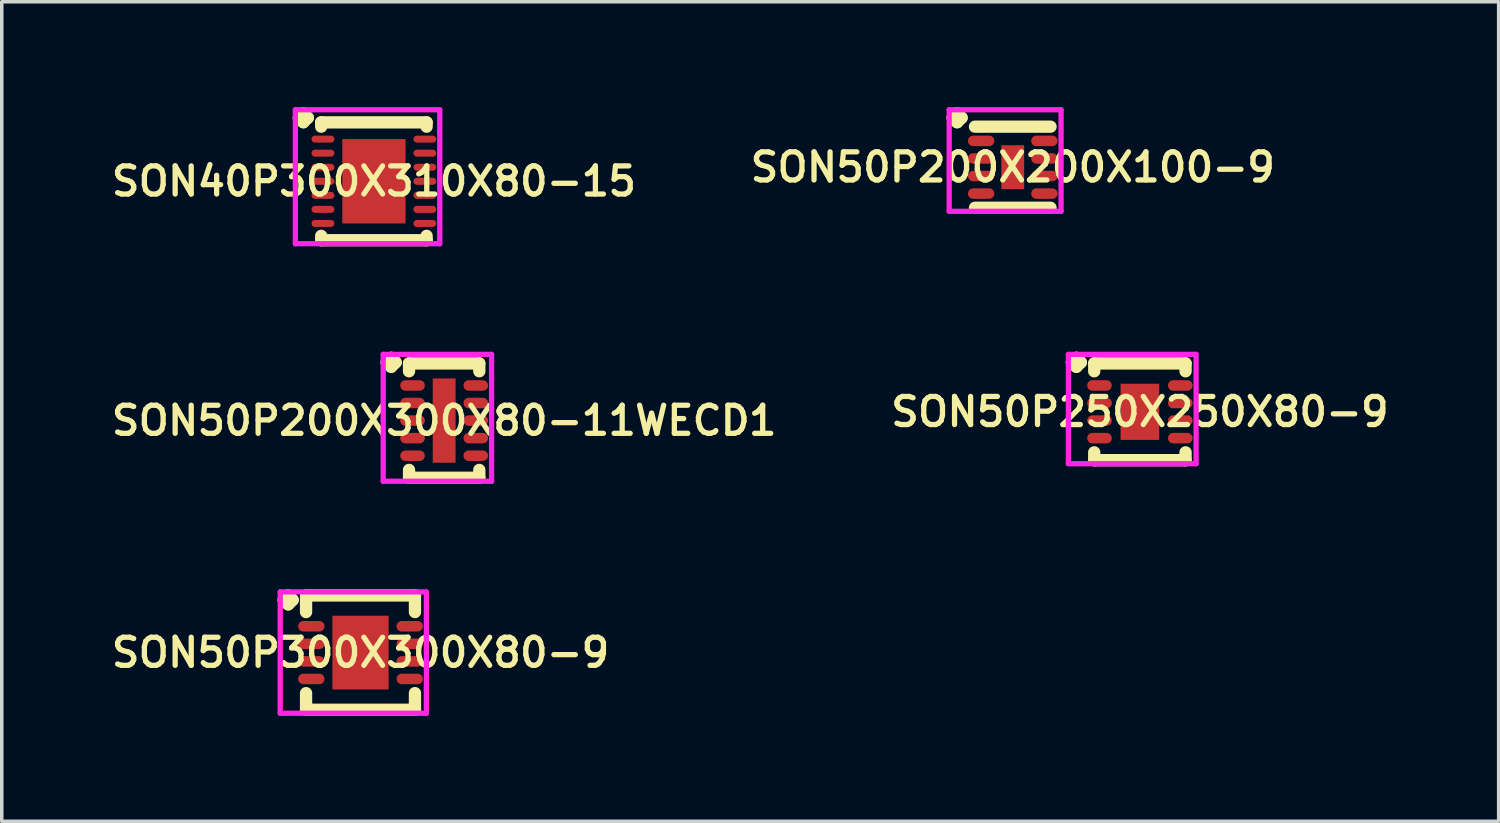
<source format=kicad_pcb>
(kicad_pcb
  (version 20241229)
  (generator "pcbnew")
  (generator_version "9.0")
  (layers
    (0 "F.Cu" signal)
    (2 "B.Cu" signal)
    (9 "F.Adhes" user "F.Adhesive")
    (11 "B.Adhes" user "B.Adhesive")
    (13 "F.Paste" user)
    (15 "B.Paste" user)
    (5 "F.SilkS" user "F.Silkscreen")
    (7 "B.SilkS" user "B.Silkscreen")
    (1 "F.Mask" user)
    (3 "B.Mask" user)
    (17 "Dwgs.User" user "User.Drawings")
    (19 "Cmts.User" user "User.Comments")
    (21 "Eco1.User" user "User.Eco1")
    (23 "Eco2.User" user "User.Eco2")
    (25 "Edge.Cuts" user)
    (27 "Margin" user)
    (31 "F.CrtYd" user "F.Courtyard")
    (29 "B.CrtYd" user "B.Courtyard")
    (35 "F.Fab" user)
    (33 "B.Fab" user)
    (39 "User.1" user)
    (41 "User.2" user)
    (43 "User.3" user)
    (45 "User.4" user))
  (footprint "SON50P300X300X80-9"
    (layer "F.Cu")
    (at 7.212 15.526)
    (property "Reference" "SON50P300X300X80-9" (at 0 0 0) (layer "F.SilkS") (effects (font (size 0.8 0.8) (thickness 0.15))))
    (attr through_hole)
    (fp_line (start -2.185 -1.5) (end -2.058 -1.627) (stroke (width 0.35) (type solid)) (layer "F.SilkS"))
    (fp_line (start -2.058 -1.627) (end -1.931 -1.5) (stroke (width 0.35) (type solid)) (layer "F.SilkS"))
    (fp_line (start -2.058 -1.373) (end -2.185 -1.5) (stroke (width 0.35) (type solid)) (layer "F.SilkS"))
    (fp_line (start -1.931 -1.5) (end -2.058 -1.373) (stroke (width 0.35) (type solid)) (layer "F.SilkS"))
    (fp_line (start -1.55 -1.627) (end 1.55 -1.627) (stroke (width 0.35) (type solid)) (layer "F.SilkS"))
    (fp_line (start -1.55 -1.154) (end -1.55 -1.627) (stroke (width 0.35) (type solid)) (layer "F.SilkS"))
    (fp_line (start -1.55 1.154) (end -1.55 1.627) (stroke (width 0.35) (type solid)) (layer "F.SilkS"))
    (fp_line (start -1.55 1.627) (end 1.55 1.627) (stroke (width 0.35) (type solid)) (layer "F.SilkS"))
    (fp_line (start 1.55 -1.627) (end 1.55 -1.154) (stroke (width 0.35) (type solid)) (layer "F.SilkS"))
    (fp_line (start 1.55 1.627) (end 1.55 1.154) (stroke (width 0.35) (type solid)) (layer "F.SilkS"))
    (fp_line (start -2.285 -1.727) (end 1.875 -1.727) (stroke (width 0.15) (type solid)) (layer "F.CrtYd"))
    (fp_line (start -2.285 1.727) (end -2.285 -1.727) (stroke (width 0.15) (type solid)) (layer "F.CrtYd"))
    (fp_line (start 1.875 -1.727) (end 1.875 1.727) (stroke (width 0.15) (type solid)) (layer "F.CrtYd"))
    (fp_line (start 1.875 1.727) (end -2.285 1.727) (stroke (width 0.15) (type solid)) (layer "F.CrtYd"))
    (pad "1" smd oval (at -1.4 -0.75) (size 0.75 0.3) (layers "F.Cu" "F.Mask" "F.Paste"))
    (pad "2" smd oval (at -1.4 -0.25) (size 0.75 0.3) (layers "F.Cu" "F.Mask" "F.Paste"))
    (pad "3" smd oval (at -1.4 0.25) (size 0.75 0.3) (layers "F.Cu" "F.Mask" "F.Paste"))
    (pad "4" smd oval (at -1.4 0.75) (size 0.75 0.3) (layers "F.Cu" "F.Mask" "F.Paste"))
    (pad "5" smd oval (at 1.4 0.75) (size 0.75 0.3) (layers "F.Cu" "F.Mask" "F.Paste"))
    (pad "6" smd oval (at 1.4 0.25) (size 0.75 0.3) (layers "F.Cu" "F.Mask" "F.Paste"))
    (pad "7" smd oval (at 1.4 -0.25) (size 0.75 0.3) (layers "F.Cu" "F.Mask" "F.Paste"))
    (pad "8" smd oval (at 1.4 -0.75) (size 0.75 0.3) (layers "F.Cu" "F.Mask" "F.Paste"))
    (pad "9" smd rect (at 0 0) (size 1.6 2.1) (layers "F.Cu" "F.Mask" "F.Paste")))
  (footprint "SON40P300X310X80-15"
    (layer "F.Cu")
    (at 7.593 2.11)
    (property "Reference" "SON40P300X310X80-15" (at 0 0 0) (layer "F.SilkS") (effects (font (size 0.8 0.8) (thickness 0.15))))
    (attr smd)
    (fp_line (start -2.135 -1.808) (end -2.008 -1.935) (stroke (width 0.35) (type solid)) (layer "F.SilkS"))
    (fp_line (start -2.008 -1.935) (end -1.881 -1.808) (stroke (width 0.35) (type solid)) (layer "F.SilkS"))
    (fp_line (start -2.008 -1.681) (end -2.135 -1.808) (stroke (width 0.35) (type solid)) (layer "F.SilkS"))
    (fp_line (start -1.881 -1.808) (end -2.008 -1.681) (stroke (width 0.35) (type solid)) (layer "F.SilkS"))
    (fp_line (start -1.5 -1.677) (end 1.5 -1.677) (stroke (width 0.35) (type solid)) (layer "F.SilkS"))
    (fp_line (start -1.5 -1.554) (end -1.5 -1.677) (stroke (width 0.35) (type solid)) (layer "F.SilkS"))
    (fp_line (start -1.5 1.554) (end -1.5 1.677) (stroke (width 0.35) (type solid)) (layer "F.SilkS"))
    (fp_line (start -1.5 1.677) (end 1.5 1.677) (stroke (width 0.35) (type solid)) (layer "F.SilkS"))
    (fp_line (start 1.5 -1.677) (end 1.5 -1.554) (stroke (width 0.35) (type solid)) (layer "F.SilkS"))
    (fp_line (start 1.5 1.677) (end 1.5 1.554) (stroke (width 0.35) (type solid)) (layer "F.SilkS"))
    (fp_line (start -2.235 -2.035) (end 1.875 -2.035) (stroke (width 0.15) (type solid)) (layer "F.CrtYd"))
    (fp_line (start -2.235 1.777) (end -2.235 -2.035) (stroke (width 0.15) (type solid)) (layer "F.CrtYd"))
    (fp_line (start 1.875 -2.035) (end 1.875 1.777) (stroke (width 0.15) (type solid)) (layer "F.CrtYd"))
    (fp_line (start 1.875 1.777) (end -2.235 1.777) (stroke (width 0.15) (type solid)) (layer "F.CrtYd"))
    (pad "1" smd oval (at -1.45 -1.2) (size 0.65 0.2) (layers "F.Cu" "F.Mask" "F.Paste"))
    (pad "2" smd oval (at -1.45 -0.8) (size 0.65 0.2) (layers "F.Cu" "F.Mask" "F.Paste"))
    (pad "3" smd oval (at -1.45 -0.4) (size 0.65 0.2) (layers "F.Cu" "F.Mask" "F.Paste"))
    (pad "4" smd oval (at -1.45 0) (size 0.65 0.2) (layers "F.Cu" "F.Mask" "F.Paste"))
    (pad "5" smd oval (at -1.45 0.4) (size 0.65 0.2) (layers "F.Cu" "F.Mask" "F.Paste"))
    (pad "6" smd oval (at -1.45 0.8) (size 0.65 0.2) (layers "F.Cu" "F.Mask" "F.Paste"))
    (pad "7" smd oval (at -1.45 1.2) (size 0.65 0.2) (layers "F.Cu" "F.Mask" "F.Paste"))
    (pad "8" smd oval (at 1.45 1.2) (size 0.65 0.2) (layers "F.Cu" "F.Mask" "F.Paste"))
    (pad "9" smd oval (at 1.45 0.8) (size 0.65 0.2) (layers "F.Cu" "F.Mask" "F.Paste"))
    (pad "10" smd oval (at 1.45 0.4) (size 0.65 0.2) (layers "F.Cu" "F.Mask" "F.Paste"))
    (pad "11" smd oval (at 1.45 0) (size 0.65 0.2) (layers "F.Cu" "F.Mask" "F.Paste"))
    (pad "12" smd oval (at 1.45 -0.4) (size 0.65 0.2) (layers "F.Cu" "F.Mask" "F.Paste"))
    (pad "13" smd oval (at 1.45 -0.8) (size 0.65 0.2) (layers "F.Cu" "F.Mask" "F.Paste"))
    (pad "14" smd oval (at 1.45 -1.2) (size 0.65 0.2) (layers "F.Cu" "F.Mask" "F.Paste"))
    (pad "15" smd rect (at 0 0) (size 1.8 2.4) (layers "F.Cu" "F.Mask" "F.Paste")))
  (footprint "SON50P250X250X80-9"
    (layer "F.Cu")
    (at 29.397 8.672)
    (property "Reference" "SON50P250X250X80-9" (at 0 0 0) (layer "F.SilkS") (effects (font (size 0.8 0.8) (thickness 0.15))))
    (attr smd)
    (fp_line (start -1.935 -1.408) (end -1.808 -1.535) (stroke (width 0.35) (type solid)) (layer "F.SilkS"))
    (fp_line (start -1.808 -1.535) (end -1.681 -1.408) (stroke (width 0.35) (type solid)) (layer "F.SilkS"))
    (fp_line (start -1.808 -1.281) (end -1.935 -1.408) (stroke (width 0.35) (type solid)) (layer "F.SilkS"))
    (fp_line (start -1.681 -1.408) (end -1.808 -1.281) (stroke (width 0.35) (type solid)) (layer "F.SilkS"))
    (fp_line (start -1.3 -1.377) (end 1.3 -1.377) (stroke (width 0.35) (type solid)) (layer "F.SilkS"))
    (fp_line (start -1.3 -1.154) (end -1.3 -1.377) (stroke (width 0.35) (type solid)) (layer "F.SilkS"))
    (fp_line (start -1.3 1.154) (end -1.3 1.377) (stroke (width 0.35) (type solid)) (layer "F.SilkS"))
    (fp_line (start -1.3 1.377) (end 1.3 1.377) (stroke (width 0.35) (type solid)) (layer "F.SilkS"))
    (fp_line (start 1.3 -1.377) (end 1.3 -1.154) (stroke (width 0.35) (type solid)) (layer "F.SilkS"))
    (fp_line (start 1.3 1.377) (end 1.3 1.154) (stroke (width 0.35) (type solid)) (layer "F.SilkS"))
    (fp_line (start -2.035 -1.635) (end 1.6 -1.635) (stroke (width 0.15) (type solid)) (layer "F.CrtYd"))
    (fp_line (start -2.035 1.477) (end -2.035 -1.635) (stroke (width 0.15) (type solid)) (layer "F.CrtYd"))
    (fp_line (start 1.6 -1.635) (end 1.6 1.477) (stroke (width 0.15) (type solid)) (layer "F.CrtYd"))
    (fp_line (start 1.6 1.477) (end -2.035 1.477) (stroke (width 0.15) (type solid)) (layer "F.CrtYd"))
    (pad "1" smd oval (at -1.15 -0.75) (size 0.7 0.3) (layers "F.Cu" "F.Mask" "F.Paste"))
    (pad "2" smd oval (at -1.15 -0.25) (size 0.7 0.3) (layers "F.Cu" "F.Mask" "F.Paste"))
    (pad "3" smd oval (at -1.15 0.25) (size 0.7 0.3) (layers "F.Cu" "F.Mask" "F.Paste"))
    (pad "4" smd oval (at -1.15 0.75) (size 0.7 0.3) (layers "F.Cu" "F.Mask" "F.Paste"))
    (pad "5" smd oval (at 1.15 0.75) (size 0.7 0.3) (layers "F.Cu" "F.Mask" "F.Paste"))
    (pad "6" smd oval (at 1.15 0.25) (size 0.7 0.3) (layers "F.Cu" "F.Mask" "F.Paste"))
    (pad "7" smd oval (at 1.15 -0.25) (size 0.7 0.3) (layers "F.Cu" "F.Mask" "F.Paste"))
    (pad "8" smd oval (at 1.15 -0.75) (size 0.7 0.3) (layers "F.Cu" "F.Mask" "F.Paste"))
    (pad "9" smd rect (at 0 0) (size 1.1 1.6) (layers "F.Cu" "F.Mask" "F.Paste")))
  (footprint "SON50P200X300X80-11WECD1"
    (layer "F.Cu")
    (at 9.593 8.922)
    (property "Reference" "SON50P200X300X80-11WECD1" (at 0 0 0) (layer "F.SilkS") (effects (font (size 0.8 0.8) (thickness 0.15))))
    (attr smd)
    (fp_line (start -1.635 -1.658) (end -1.508 -1.785) (stroke (width 0.35) (type solid)) (layer "F.SilkS"))
    (fp_line (start -1.508 -1.785) (end -1.381 -1.658) (stroke (width 0.35) (type solid)) (layer "F.SilkS"))
    (fp_line (start -1.508 -1.531) (end -1.635 -1.658) (stroke (width 0.35) (type solid)) (layer "F.SilkS"))
    (fp_line (start -1.381 -1.658) (end -1.508 -1.531) (stroke (width 0.35) (type solid)) (layer "F.SilkS"))
    (fp_line (start -1 -1.627) (end 1 -1.627) (stroke (width 0.35) (type solid)) (layer "F.SilkS"))
    (fp_line (start -1 -1.404) (end -1 -1.627) (stroke (width 0.35) (type solid)) (layer "F.SilkS"))
    (fp_line (start -1 1.404) (end -1 1.627) (stroke (width 0.35) (type solid)) (layer "F.SilkS"))
    (fp_line (start -1 1.627) (end 1 1.627) (stroke (width 0.35) (type solid)) (layer "F.SilkS"))
    (fp_line (start 1 -1.627) (end 1 -1.404) (stroke (width 0.35) (type solid)) (layer "F.SilkS"))
    (fp_line (start 1 1.627) (end 1 1.404) (stroke (width 0.35) (type solid)) (layer "F.SilkS"))
    (fp_line (start -1.735 -1.885) (end 1.35 -1.885) (stroke (width 0.15) (type solid)) (layer "F.CrtYd"))
    (fp_line (start -1.735 1.727) (end -1.735 -1.885) (stroke (width 0.15) (type solid)) (layer "F.CrtYd"))
    (fp_line (start 1.35 -1.885) (end 1.35 1.727) (stroke (width 0.15) (type solid)) (layer "F.CrtYd"))
    (fp_line (start 1.35 1.727) (end -1.735 1.727) (stroke (width 0.15) (type solid)) (layer "F.CrtYd"))
    (pad "1" smd oval (at -0.9 -1) (size 0.7 0.3) (layers "F.Cu" "F.Mask" "F.Paste"))
    (pad "2" smd oval (at -0.9 -0.5) (size 0.7 0.3) (layers "F.Cu" "F.Mask" "F.Paste"))
    (pad "3" smd oval (at -0.9 0) (size 0.7 0.3) (layers "F.Cu" "F.Mask" "F.Paste"))
    (pad "4" smd oval (at -0.9 0.5) (size 0.7 0.3) (layers "F.Cu" "F.Mask" "F.Paste"))
    (pad "5" smd oval (at -0.9 1) (size 0.7 0.3) (layers "F.Cu" "F.Mask" "F.Paste"))
    (pad "6" smd oval (at 0.9 1) (size 0.7 0.3) (layers "F.Cu" "F.Mask" "F.Paste"))
    (pad "7" smd oval (at 0.9 0.5) (size 0.7 0.3) (layers "F.Cu" "F.Mask" "F.Paste"))
    (pad "8" smd oval (at 0.9 0) (size 0.7 0.3) (layers "F.Cu" "F.Mask" "F.Paste"))
    (pad "9" smd oval (at 0.9 -0.5) (size 0.7 0.3) (layers "F.Cu" "F.Mask" "F.Paste"))
    (pad "10" smd oval (at 0.9 -1) (size 0.7 0.3) (layers "F.Cu" "F.Mask" "F.Paste"))
    (pad "11" smd rect (at 0 0) (size 0.65 2.4) (layers "F.Cu" "F.Mask" "F.Paste")))
  (footprint "SON50P200X200X100-9"
    (layer "F.Cu")
    (at 25.778 1.71)
    (property "Reference" "SON50P200X200X100-9" (at 0 0 0) (layer "F.SilkS") (effects (font (size 0.8 0.8) (thickness 0.15))))
    (attr smd)
    (fp_line (start -1.71 -1.408) (end -1.583 -1.535) (stroke (width 0.35) (type solid)) (layer "F.SilkS"))
    (fp_line (start -1.583 -1.535) (end -1.456 -1.408) (stroke (width 0.35) (type solid)) (layer "F.SilkS"))
    (fp_line (start -1.583 -1.281) (end -1.71 -1.408) (stroke (width 0.35) (type solid)) (layer "F.SilkS"))
    (fp_line (start -1.456 -1.408) (end -1.583 -1.281) (stroke (width 0.35) (type solid)) (layer "F.SilkS"))
    (fp_line (start -1.075 -1.154) (end 1.075 -1.154) (stroke (width 0.35) (type solid)) (layer "F.SilkS"))
    (fp_line (start -1.075 1.154) (end 1.075 1.154) (stroke (width 0.35) (type solid)) (layer "F.SilkS"))
    (fp_line (start -1.81 -1.635) (end 1.375 -1.635) (stroke (width 0.15) (type solid)) (layer "F.CrtYd"))
    (fp_line (start -1.81 1.254) (end -1.81 -1.635) (stroke (width 0.15) (type solid)) (layer "F.CrtYd"))
    (fp_line (start 1.375 -1.635) (end 1.375 1.254) (stroke (width 0.15) (type solid)) (layer "F.CrtYd"))
    (fp_line (start 1.375 1.254) (end -1.81 1.254) (stroke (width 0.15) (type solid)) (layer "F.CrtYd"))
    (pad "1" smd oval (at -0.9 -0.75) (size 0.75 0.3) (layers "F.Cu" "F.Mask" "F.Paste"))
    (pad "2" smd oval (at -0.9 -0.25) (size 0.75 0.3) (layers "F.Cu" "F.Mask" "F.Paste"))
    (pad "3" smd oval (at -0.9 0.25) (size 0.75 0.3) (layers "F.Cu" "F.Mask" "F.Paste"))
    (pad "4" smd oval (at -0.9 0.75) (size 0.75 0.3) (layers "F.Cu" "F.Mask" "F.Paste"))
    (pad "5" smd oval (at 0.9 0.75) (size 0.75 0.3) (layers "F.Cu" "F.Mask" "F.Paste"))
    (pad "6" smd oval (at 0.9 0.25) (size 0.75 0.3) (layers "F.Cu" "F.Mask" "F.Paste"))
    (pad "7" smd oval (at 0.9 -0.25) (size 0.75 0.3) (layers "F.Cu" "F.Mask" "F.Paste"))
    (pad "8" smd oval (at 0.9 -0.75) (size 0.75 0.3) (layers "F.Cu" "F.Mask" "F.Paste"))
    (pad "9" smd rect (at 0 0) (size 0.65 1.25) (layers "F.Cu" "F.Mask" "F.Paste")))
  (gr_rect
    (start -3 -3)
    (end 39.609 20.328)
    (stroke (width 0.1) (type default))
    (fill no)
    (layer "Edge.Cuts")))
</source>
